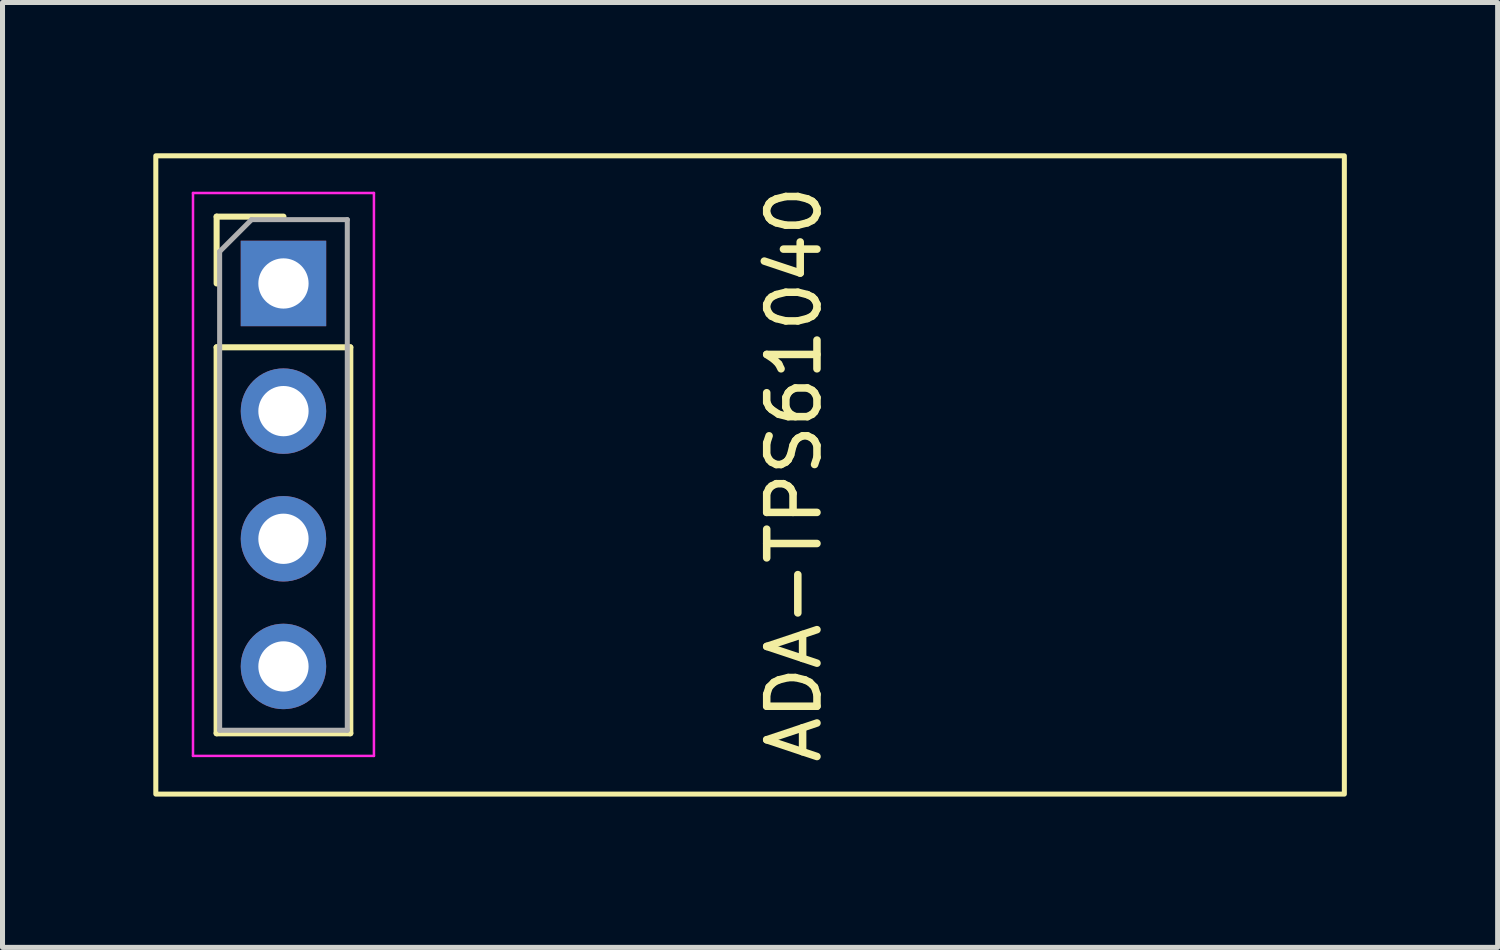
<source format=kicad_pcb>
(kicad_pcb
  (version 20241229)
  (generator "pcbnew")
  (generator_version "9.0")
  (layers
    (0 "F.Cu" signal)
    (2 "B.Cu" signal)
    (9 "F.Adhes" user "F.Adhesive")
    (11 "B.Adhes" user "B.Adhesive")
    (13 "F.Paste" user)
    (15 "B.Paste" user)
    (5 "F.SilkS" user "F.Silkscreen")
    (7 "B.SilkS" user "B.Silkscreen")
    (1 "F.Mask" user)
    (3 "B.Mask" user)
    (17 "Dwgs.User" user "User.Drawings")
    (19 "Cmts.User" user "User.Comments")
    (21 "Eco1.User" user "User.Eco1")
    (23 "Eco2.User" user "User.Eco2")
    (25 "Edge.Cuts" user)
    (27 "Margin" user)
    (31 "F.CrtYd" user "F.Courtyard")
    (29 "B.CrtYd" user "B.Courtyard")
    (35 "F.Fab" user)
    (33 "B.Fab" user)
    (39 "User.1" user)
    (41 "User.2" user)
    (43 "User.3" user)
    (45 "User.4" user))
  (footprint "ADA-TPS61040"
    (layer "F.Cu")
    (at 12.78 6.383)
    (property "Reference" "ADA-TPS61040" (at -0.03 0 270) (layer "F.SilkS") (effects (font (size 1 1) (thickness 0.15))))
    (attr through_hole)
    (fp_line (start -11.52 -5.123) (end -10.19 -5.123) (stroke (width 0.12) (type solid)) (layer "F.SilkS"))
    (fp_line (start -11.52 -3.793) (end -11.52 -5.123) (stroke (width 0.12) (type solid)) (layer "F.SilkS"))
    (fp_line (start -11.52 -2.523) (end -11.52 5.157) (stroke (width 0.12) (type solid)) (layer "F.SilkS"))
    (fp_line (start -11.52 -2.523) (end -8.86 -2.523) (stroke (width 0.12) (type solid)) (layer "F.SilkS"))
    (fp_line (start -11.52 5.157) (end -8.86 5.157) (stroke (width 0.12) (type solid)) (layer "F.SilkS"))
    (fp_line (start -8.86 -2.523) (end -8.86 5.157) (stroke (width 0.12) (type solid)) (layer "F.SilkS"))
    (fp_rect (start -12.73 -6.333) (end 10.918 6.367) (stroke (width 0.1) (type default)) (fill no) (layer "F.SilkS"))
    (fp_line (start -11.99 -5.593) (end -11.99 5.607) (stroke (width 0.05) (type solid)) (layer "F.CrtYd"))
    (fp_line (start -11.99 5.607) (end -8.39 5.607) (stroke (width 0.05) (type solid)) (layer "F.CrtYd"))
    (fp_line (start -8.39 -5.593) (end -11.99 -5.593) (stroke (width 0.05) (type solid)) (layer "F.CrtYd"))
    (fp_line (start -8.39 5.607) (end -8.39 -5.593) (stroke (width 0.05) (type solid)) (layer "F.CrtYd"))
    (fp_line (start -11.46 -4.428) (end -10.825 -5.063) (stroke (width 0.1) (type solid)) (layer "F.Fab"))
    (fp_line (start -11.46 5.097) (end -11.46 -4.428) (stroke (width 0.1) (type solid)) (layer "F.Fab"))
    (fp_line (start -10.825 -5.063) (end -8.92 -5.063) (stroke (width 0.1) (type solid)) (layer "F.Fab"))
    (fp_line (start -8.92 -5.063) (end -8.92 5.097) (stroke (width 0.1) (type solid)) (layer "F.Fab"))
    (fp_line (start -8.92 5.097) (end -11.46 5.097) (stroke (width 0.1) (type solid)) (layer "F.Fab"))
    (pad "1" thru_hole rect (at -10.19 -3.793) (size 1.7 1.7) (drill 1) (layers "*.Cu" "*.Mask"))
    (pad "2" thru_hole oval (at -10.19 -1.253) (size 1.7 1.7) (drill 1) (layers "*.Cu" "*.Mask"))
    (pad "3" thru_hole oval (at -10.19 1.287) (size 1.7 1.7) (drill 1) (layers "*.Cu" "*.Mask"))
    (pad "4" thru_hole oval (at -10.19 3.827) (size 1.7 1.7) (drill 1) (layers "*.Cu" "*.Mask")))
  (gr_rect
    (start -3 -3)
    (end 26.748 15.8)
    (stroke (width 0.1) (type default))
    (fill no)
    (layer "Edge.Cuts")))
</source>
